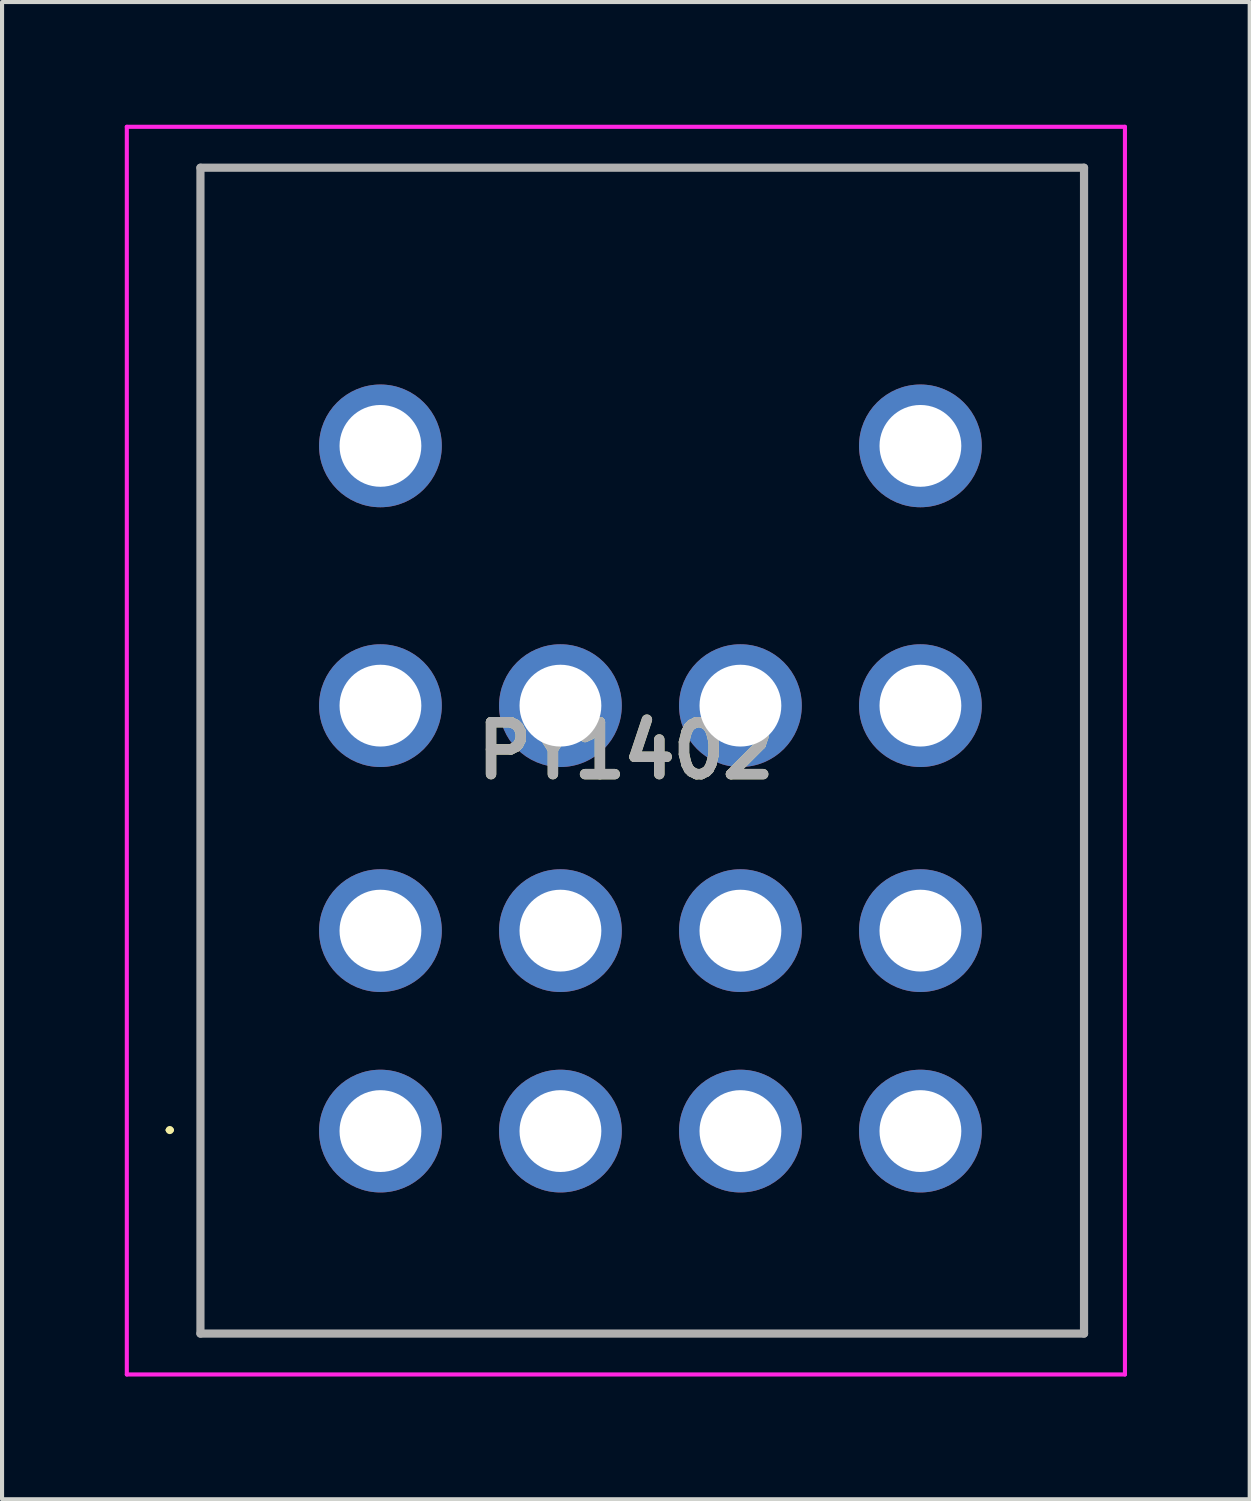
<source format=kicad_pcb>
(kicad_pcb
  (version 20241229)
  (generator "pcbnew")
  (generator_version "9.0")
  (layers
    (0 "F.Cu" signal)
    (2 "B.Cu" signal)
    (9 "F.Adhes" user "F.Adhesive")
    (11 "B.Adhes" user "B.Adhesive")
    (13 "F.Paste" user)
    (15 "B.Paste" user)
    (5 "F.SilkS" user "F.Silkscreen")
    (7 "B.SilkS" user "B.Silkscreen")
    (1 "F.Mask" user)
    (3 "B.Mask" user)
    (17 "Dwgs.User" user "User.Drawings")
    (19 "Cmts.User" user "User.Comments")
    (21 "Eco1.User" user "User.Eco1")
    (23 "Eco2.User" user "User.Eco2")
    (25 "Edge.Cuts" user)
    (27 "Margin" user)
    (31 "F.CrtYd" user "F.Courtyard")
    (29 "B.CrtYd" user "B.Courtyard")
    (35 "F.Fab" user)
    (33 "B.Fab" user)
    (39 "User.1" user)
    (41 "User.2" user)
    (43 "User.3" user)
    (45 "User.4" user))
  (footprint "PY1402"
    (layer "F.Cu")
    (at 12.25 15.3)
    (property "Reference" "PY1402" (at 0 0 0) (layer "F.SilkS") (effects (font (size 1.27 1.27) (thickness 0.254))))
    (attr through_hole)
    (fp_line (start -11.2 9.275) (end -11.2 9.275) (stroke (width 0.1) (type solid)) (layer "F.SilkS"))
    (fp_line (start -11.1 9.275) (end -11.1 9.275) (stroke (width 0.1) (type solid)) (layer "F.SilkS"))
    (fp_line (start -10.4 -14.25) (end -10.4 14.25) (stroke (width 0.1) (type solid)) (layer "F.SilkS"))
    (fp_line (start -10.4 14.25) (end 11.2 14.25) (stroke (width 0.1) (type solid)) (layer "F.SilkS"))
    (fp_line (start 11.2 -14.25) (end -10.4 -14.25) (stroke (width 0.1) (type solid)) (layer "F.SilkS"))
    (fp_line (start 11.2 14.25) (end 11.2 -14.25) (stroke (width 0.1) (type solid)) (layer "F.SilkS"))
    (fp_arc (start -11.2 9.275) (mid -11.15 9.225) (end -11.1 9.275) (stroke (width 0.1) (type solid)) (layer "F.SilkS"))
    (fp_arc (start -11.1 9.275) (mid -11.15 9.325) (end -11.2 9.275) (stroke (width 0.1) (type solid)) (layer "F.SilkS"))
    (fp_line (start -12.2 -15.25) (end -12.2 15.25) (stroke (width 0.1) (type solid)) (layer "F.CrtYd"))
    (fp_line (start -12.2 15.25) (end 12.2 15.25) (stroke (width 0.1) (type solid)) (layer "F.CrtYd"))
    (fp_line (start 12.2 -15.25) (end -12.2 -15.25) (stroke (width 0.1) (type solid)) (layer "F.CrtYd"))
    (fp_line (start 12.2 15.25) (end 12.2 -15.25) (stroke (width 0.1) (type solid)) (layer "F.CrtYd"))
    (fp_line (start -10.4 -14.25) (end -10.4 14.25) (stroke (width 0.2) (type solid)) (layer "F.Fab"))
    (fp_line (start -10.4 14.25) (end 11.2 14.25) (stroke (width 0.2) (type solid)) (layer "F.Fab"))
    (fp_line (start 11.2 -14.25) (end -10.4 -14.25) (stroke (width 0.2) (type solid)) (layer "F.Fab"))
    (fp_line (start 11.2 14.25) (end 11.2 -14.25) (stroke (width 0.2) (type solid)) (layer "F.Fab"))
    (fp_text user "${REFERENCE}" (at 0 0 0) (layer "F.Fab") (effects (font (size 1.27 1.27) (thickness 0.254))))
    (pad "1" thru_hole circle (at -6 9.3) (size 3 3) (drill 2) (layers "*.Cu" "*.Mask"))
    (pad "2" thru_hole circle (at -1.6 9.3) (size 3 3) (drill 2) (layers "*.Cu" "*.Mask"))
    (pad "3" thru_hole circle (at 2.8 9.3) (size 3 3) (drill 2) (layers "*.Cu" "*.Mask"))
    (pad "4" thru_hole circle (at 7.2 9.3) (size 3 3) (drill 2) (layers "*.Cu" "*.Mask"))
    (pad "5" thru_hole circle (at -6 4.4) (size 3 3) (drill 2) (layers "*.Cu" "*.Mask"))
    (pad "6" thru_hole circle (at -1.6 4.4) (size 3 3) (drill 2) (layers "*.Cu" "*.Mask"))
    (pad "7" thru_hole circle (at 2.8 4.4) (size 3 3) (drill 2) (layers "*.Cu" "*.Mask"))
    (pad "8" thru_hole circle (at 7.2 4.4) (size 3 3) (drill 2) (layers "*.Cu" "*.Mask"))
    (pad "9" thru_hole circle (at -6 -1.1) (size 3 3) (drill 2) (layers "*.Cu" "*.Mask"))
    (pad "10" thru_hole circle (at -1.6 -1.1) (size 3 3) (drill 2) (layers "*.Cu" "*.Mask"))
    (pad "11" thru_hole circle (at 2.8 -1.1) (size 3 3) (drill 2) (layers "*.Cu" "*.Mask"))
    (pad "12" thru_hole circle (at 7.2 -1.1) (size 3 3) (drill 2) (layers "*.Cu" "*.Mask"))
    (pad "13" thru_hole circle (at -6 -7.45) (size 3 3) (drill 2) (layers "*.Cu" "*.Mask"))
    (pad "14" thru_hole circle (at 7.2 -7.45) (size 3 3) (drill 2) (layers "*.Cu" "*.Mask")))
  (gr_rect
    (start -3 -3)
    (end 27.5 33.6)
    (stroke (width 0.1) (type default))
    (fill no)
    (layer "Edge.Cuts")))
</source>
